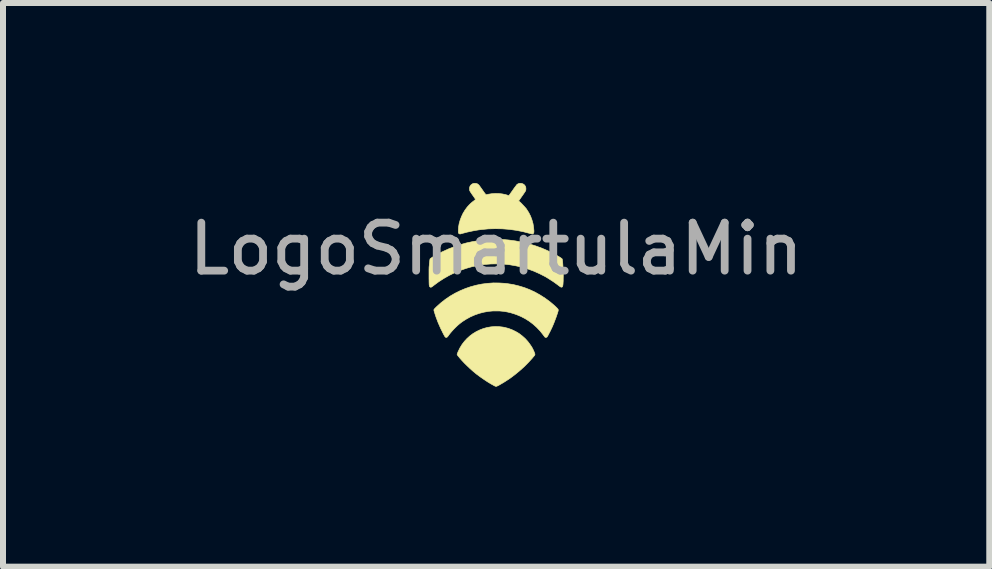
<source format=kicad_pcb>
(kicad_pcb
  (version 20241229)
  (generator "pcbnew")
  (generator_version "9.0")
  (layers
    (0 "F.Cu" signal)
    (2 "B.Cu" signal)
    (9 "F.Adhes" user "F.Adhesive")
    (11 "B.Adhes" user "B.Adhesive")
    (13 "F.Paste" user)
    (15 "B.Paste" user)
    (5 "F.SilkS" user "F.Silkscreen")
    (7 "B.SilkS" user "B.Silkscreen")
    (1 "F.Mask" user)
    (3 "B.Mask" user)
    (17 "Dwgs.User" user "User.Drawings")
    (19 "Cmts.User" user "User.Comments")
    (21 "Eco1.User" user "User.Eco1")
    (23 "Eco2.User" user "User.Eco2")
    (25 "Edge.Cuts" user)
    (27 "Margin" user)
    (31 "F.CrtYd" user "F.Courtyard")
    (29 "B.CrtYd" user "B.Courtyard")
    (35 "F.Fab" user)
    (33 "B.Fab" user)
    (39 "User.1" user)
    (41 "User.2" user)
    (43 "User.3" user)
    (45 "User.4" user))
  (footprint "LogoSmartulaMin"
    (layer "F.Cu")
    (at 5.22 1.698)
    (property "Reference" "LogoSmartulaMin" (at 0 -0.6 0) (layer "F.Fab") (effects (font (size 0.8 0.8) (thickness 0.13))))
    (attr through_hole)
    (fp_poly (pts (xy 0.045 0.696) (xy 0.112 0.704) (xy 0.14 0.709) (xy 0.205 0.726) (xy 0.268 0.75) (xy 0.328 0.779) (xy 0.385 0.813) (xy 0.438 0.854) (xy 0.488 0.899) (xy 0.533 0.95) (xy 0.574 1.006) (xy 0.595 1.038) (xy 0.605 1.056) (xy 0.615 1.076) (xy 0.625 1.097) (xy 0.633 1.116) (xy 0.64 1.134) (xy 0.645 1.148) (xy 0.647 1.158) (xy 0.647 1.158) (xy 0.646 1.163) (xy 0.645 1.168) (xy 0.641 1.175) (xy 0.635 1.183) (xy 0.626 1.194) (xy 0.613 1.209) (xy 0.602 1.223) (xy 0.538 1.293) (xy 0.469 1.363) (xy 0.395 1.429) (xy 0.319 1.492) (xy 0.241 1.551) (xy 0.202 1.578) (xy 0.175 1.595) (xy 0.149 1.612) (xy 0.122 1.629) (xy 0.096 1.644) (xy 0.072 1.658) (xy 0.05 1.671) (xy 0.031 1.681) (xy 0.015 1.688) (xy 0.004 1.692) (xy -0.000398 1.693) (xy -0.008 1.692) (xy -0.018 1.688) (xy -0.029 1.683) (xy -0.085 1.652) (xy -0.143 1.617) (xy -0.202 1.578) (xy -0.261 1.537) (xy -0.318 1.495) (xy -0.347 1.472) (xy -0.391 1.435) (xy -0.438 1.393) (xy -0.484 1.349) (xy -0.53 1.304) (xy -0.572 1.259) (xy -0.604 1.223) (xy -0.62 1.203) (xy -0.633 1.188) (xy -0.641 1.177) (xy -0.647 1.168) (xy -0.65 1.162) (xy -0.65 1.157) (xy -0.649 1.152) (xy -0.645 1.142) (xy -0.64 1.129) (xy -0.634 1.113) (xy -0.632 1.11) (xy -0.603 1.05) (xy -0.568 0.993) (xy -0.528 0.941) (xy -0.484 0.893) (xy -0.436 0.85) (xy -0.385 0.812) (xy -0.33 0.779) (xy -0.272 0.751) (xy -0.212 0.728) (xy -0.15 0.711) (xy -0.086 0.7) (xy -0.021 0.695) (xy 0.045 0.696)) (stroke (width 0.01) (type solid)) (fill yes) (layer "F.SilkS"))
    (fp_poly (pts (xy 0.05 -0.031) (xy 0.148 -0.025) (xy 0.188 -0.02) (xy 0.284 -0.005) (xy 0.378 0.018) (xy 0.471 0.046) (xy 0.561 0.081) (xy 0.649 0.122) (xy 0.734 0.17) (xy 0.817 0.223) (xy 0.896 0.281) (xy 0.953 0.329) (xy 0.979 0.352) (xy 0.999 0.371) (xy 1.014 0.386) (xy 1.025 0.398) (xy 1.032 0.408) (xy 1.036 0.416) (xy 1.036 0.419) (xy 1.035 0.427) (xy 1.032 0.442) (xy 1.026 0.461) (xy 1.019 0.483) (xy 1.01 0.509) (xy 1.001 0.536) (xy 0.99 0.565) (xy 0.979 0.594) (xy 0.968 0.623) (xy 0.957 0.651) (xy 0.949 0.669) (xy 0.94 0.691) (xy 0.929 0.715) (xy 0.917 0.74) (xy 0.905 0.765) (xy 0.893 0.789) (xy 0.881 0.811) (xy 0.871 0.831) (xy 0.862 0.848) (xy 0.855 0.86) (xy 0.85 0.867) (xy 0.85 0.868) (xy 0.839 0.875) (xy 0.827 0.877) (xy 0.817 0.874) (xy 0.815 0.873) (xy 0.811 0.869) (xy 0.804 0.86) (xy 0.795 0.848) (xy 0.785 0.835) (xy 0.784 0.833) (xy 0.733 0.769) (xy 0.677 0.71) (xy 0.617 0.656) (xy 0.554 0.608) (xy 0.486 0.565) (xy 0.415 0.528) (xy 0.341 0.497) (xy 0.306 0.485) (xy 0.245 0.466) (xy 0.185 0.452) (xy 0.126 0.442) (xy 0.064 0.436) (xy 0.029 0.435) (xy -0.05 0.435) (xy -0.128 0.442) (xy -0.206 0.456) (xy -0.283 0.476) (xy -0.357 0.502) (xy -0.43 0.534) (xy -0.499 0.572) (xy -0.566 0.615) (xy -0.606 0.646) (xy -0.638 0.673) (xy -0.671 0.704) (xy -0.704 0.737) (xy -0.736 0.772) (xy -0.765 0.806) (xy -0.79 0.838) (xy -0.791 0.841) (xy -0.8 0.853) (xy -0.809 0.863) (xy -0.815 0.87) (xy -0.817 0.872) (xy -0.829 0.877) (xy -0.841 0.875) (xy -0.851 0.867) (xy -0.852 0.866) (xy -0.856 0.859) (xy -0.863 0.847) (xy -0.872 0.831) (xy -0.883 0.81) (xy -0.894 0.788) (xy -0.906 0.763) (xy -0.919 0.738) (xy -0.931 0.712) (xy -0.942 0.687) (xy -0.952 0.664) (xy -0.961 0.644) (xy -0.964 0.638) (xy -0.972 0.617) (xy -0.981 0.594) (xy -0.99 0.569) (xy -1 0.543) (xy -1.009 0.517) (xy -1.017 0.492) (xy -1.024 0.47) (xy -1.03 0.45) (xy -1.035 0.435) (xy -1.037 0.424) (xy -1.037 0.421) (xy -1.037 0.416) (xy -1.036 0.412) (xy -1.033 0.407) (xy -1.027 0.4) (xy -1.019 0.391) (xy -1.007 0.379) (xy -0.994 0.366) (xy -0.923 0.302) (xy -0.848 0.243) (xy -0.769 0.189) (xy -0.687 0.141) (xy -0.602 0.099) (xy -0.514 0.062) (xy -0.424 0.031) (xy -0.332 0.006) (xy -0.238 -0.013) (xy -0.143 -0.025) (xy -0.047 -0.032) (xy 0.05 -0.031)) (stroke (width 0.01) (type solid)) (fill yes) (layer "F.SilkS"))
    (fp_poly (pts (xy 0.021 -0.757) (xy 0.049 -0.756) (xy 0.076 -0.756) (xy 0.099 -0.756) (xy 0.119 -0.755) (xy 0.135 -0.754) (xy 0.142 -0.754) (xy 0.151 -0.753) (xy 0.165 -0.751) (xy 0.182 -0.75) (xy 0.202 -0.748) (xy 0.212 -0.747) (xy 0.323 -0.732) (xy 0.434 -0.711) (xy 0.545 -0.684) (xy 0.653 -0.651) (xy 0.76 -0.612) (xy 0.839 -0.578) (xy 0.866 -0.566) (xy 0.894 -0.552) (xy 0.922 -0.538) (xy 0.951 -0.523) (xy 0.979 -0.508) (xy 1.006 -0.493) (xy 1.031 -0.479) (xy 1.053 -0.466) (xy 1.072 -0.454) (xy 1.086 -0.444) (xy 1.096 -0.437) (xy 1.1 -0.432) (xy 1.103 -0.423) (xy 1.105 -0.408) (xy 1.108 -0.388) (xy 1.11 -0.364) (xy 1.112 -0.336) (xy 1.114 -0.306) (xy 1.116 -0.274) (xy 1.117 -0.24) (xy 1.118 -0.207) (xy 1.119 -0.175) (xy 1.119 -0.143) (xy 1.119 -0.14) (xy 1.118 -0.099) (xy 1.118 -0.065) (xy 1.116 -0.037) (xy 1.115 -0.014) (xy 1.113 0.004) (xy 1.11 0.017) (xy 1.108 0.026) (xy 1.104 0.032) (xy 1.104 0.033) (xy 1.097 0.037) (xy 1.09 0.039) (xy 1.082 0.038) (xy 1.071 0.033) (xy 1.058 0.024) (xy 1.04 0.011) (xy 1.033 0.005) (xy 1.007 -0.014) (xy 0.977 -0.036) (xy 0.944 -0.059) (xy 0.909 -0.081) (xy 0.875 -0.103) (xy 0.843 -0.123) (xy 0.819 -0.137) (xy 0.725 -0.185) (xy 0.629 -0.228) (xy 0.531 -0.264) (xy 0.431 -0.294) (xy 0.329 -0.317) (xy 0.225 -0.335) (xy 0.121 -0.346) (xy 0.017 -0.35) (xy -0.088 -0.348) (xy -0.193 -0.34) (xy -0.297 -0.324) (xy -0.305 -0.323) (xy -0.404 -0.302) (xy -0.502 -0.274) (xy -0.598 -0.24) (xy -0.693 -0.201) (xy -0.785 -0.156) (xy -0.873 -0.106) (xy -0.958 -0.051) (xy -1.03 0.002) (xy -1.048 0.016) (xy -1.062 0.027) (xy -1.073 0.034) (xy -1.08 0.038) (xy -1.086 0.04) (xy -1.092 0.04) (xy -1.097 0.038) (xy -1.101 0.035) (xy -1.107 0.032) (xy -1.11 0.027) (xy -1.113 0.019) (xy -1.115 0.007) (xy -1.116 -0.002) (xy -1.117 -0.012) (xy -1.117 -0.028) (xy -1.118 -0.048) (xy -1.118 -0.072) (xy -1.119 -0.099) (xy -1.119 -0.128) (xy -1.119 -0.158) (xy -1.119 -0.187) (xy -1.119 -0.214) (xy -1.119 -0.24) (xy -1.119 -0.262) (xy -1.118 -0.28) (xy -1.118 -0.292) (xy -1.118 -0.295) (xy -1.116 -0.313) (xy -1.114 -0.331) (xy -1.113 -0.348) (xy -1.113 -0.352) (xy -1.11 -0.376) (xy -1.108 -0.398) (xy -1.105 -0.415) (xy -1.103 -0.428) (xy -1.101 -0.433) (xy -1.096 -0.438) (xy -1.086 -0.445) (xy -1.072 -0.455) (xy -1.054 -0.466) (xy -1.033 -0.478) (xy -1.01 -0.492) (xy -0.985 -0.506) (xy -0.96 -0.519) (xy -0.935 -0.532) (xy -0.911 -0.545) (xy -0.891 -0.554) (xy -0.793 -0.599) (xy -0.694 -0.637) (xy -0.596 -0.67) (xy -0.497 -0.698) (xy -0.396 -0.72) (xy -0.292 -0.737) (xy -0.184 -0.75) (xy -0.115 -0.755) (xy -0.102 -0.756) (xy -0.083 -0.756) (xy -0.06 -0.757) (xy -0.034 -0.757) (xy -0.007 -0.757) (xy 0.021 -0.757)) (stroke (width 0.01) (type solid)) (fill yes) (layer "F.SilkS"))
    (fp_poly (pts (xy 0.418 -1.692) (xy 0.442 -1.685) (xy 0.447 -1.683) (xy 0.463 -1.673) (xy 0.476 -1.661) (xy 0.487 -1.644) (xy 0.49 -1.639) (xy 0.494 -1.626) (xy 0.496 -1.61) (xy 0.496 -1.592) (xy 0.494 -1.576) (xy 0.49 -1.565) (xy 0.486 -1.559) (xy 0.479 -1.549) (xy 0.47 -1.535) (xy 0.458 -1.517) (xy 0.445 -1.498) (xy 0.43 -1.477) (xy 0.429 -1.476) (xy 0.375 -1.398) (xy 0.388 -1.388) (xy 0.401 -1.377) (xy 0.416 -1.363) (xy 0.433 -1.345) (xy 0.451 -1.326) (xy 0.469 -1.307) (xy 0.485 -1.289) (xy 0.499 -1.273) (xy 0.507 -1.262) (xy 0.544 -1.204) (xy 0.574 -1.145) (xy 0.597 -1.083) (xy 0.615 -1.019) (xy 0.625 -0.953) (xy 0.629 -0.913) (xy 0.63 -0.892) (xy 0.629 -0.877) (xy 0.627 -0.867) (xy 0.624 -0.86) (xy 0.618 -0.855) (xy 0.611 -0.851) (xy 0.606 -0.849) (xy 0.6 -0.849) (xy 0.594 -0.849) (xy 0.584 -0.851) (xy 0.571 -0.854) (xy 0.557 -0.858) (xy 0.446 -0.887) (xy 0.333 -0.909) (xy 0.218 -0.925) (xy 0.103 -0.934) (xy -0.013 -0.936) (xy -0.129 -0.933) (xy -0.244 -0.922) (xy -0.291 -0.916) (xy -0.335 -0.909) (xy -0.384 -0.9) (xy -0.435 -0.889) (xy -0.486 -0.878) (xy -0.534 -0.865) (xy -0.577 -0.854) (xy -0.59 -0.85) (xy -0.598 -0.848) (xy -0.603 -0.847) (xy -0.606 -0.848) (xy -0.611 -0.85) (xy -0.611 -0.85) (xy -0.62 -0.854) (xy -0.625 -0.86) (xy -0.629 -0.87) (xy -0.63 -0.883) (xy -0.63 -0.9) (xy -0.627 -0.959) (xy -0.617 -1.019) (xy -0.6 -1.079) (xy -0.578 -1.137) (xy -0.551 -1.194) (xy -0.518 -1.248) (xy -0.48 -1.299) (xy -0.476 -1.303) (xy -0.452 -1.33) (xy -0.427 -1.355) (xy -0.399 -1.379) (xy -0.373 -1.399) (xy -0.359 -1.41) (xy -0.35 -1.419) (xy -0.345 -1.425) (xy -0.344 -1.427) (xy -0.347 -1.431) (xy -0.353 -1.439) (xy -0.361 -1.452) (xy -0.372 -1.467) (xy -0.384 -1.485) (xy -0.392 -1.495) (xy -0.405 -1.514) (xy -0.417 -1.532) (xy -0.427 -1.547) (xy -0.435 -1.56) (xy -0.439 -1.568) (xy -0.44 -1.57) (xy -0.443 -1.579) (xy -0.444 -1.591) (xy -0.445 -1.602) (xy -0.442 -1.627) (xy -0.433 -1.649) (xy -0.418 -1.667) (xy -0.398 -1.682) (xy -0.395 -1.684) (xy -0.378 -1.69) (xy -0.359 -1.692) (xy -0.338 -1.691) (xy -0.32 -1.687) (xy -0.312 -1.683) (xy -0.306 -1.679) (xy -0.3 -1.675) (xy -0.295 -1.671) (xy -0.29 -1.666) (xy -0.283 -1.658) (xy -0.275 -1.648) (xy -0.266 -1.635) (xy -0.254 -1.618) (xy -0.238 -1.596) (xy -0.227 -1.58) (xy -0.213 -1.56) (xy -0.2 -1.541) (xy -0.188 -1.526) (xy -0.179 -1.514) (xy -0.173 -1.505) (xy -0.17 -1.502) (xy -0.17 -1.502) (xy -0.166 -1.503) (xy -0.157 -1.505) (xy -0.144 -1.507) (xy -0.132 -1.51) (xy -0.074 -1.519) (xy -0.016 -1.523) (xy 0.043 -1.522) (xy 0.1 -1.516) (xy 0.154 -1.505) (xy 0.191 -1.494) (xy 0.212 -1.486) (xy 0.217 -1.493) (xy 0.221 -1.498) (xy 0.227 -1.507) (xy 0.237 -1.52) (xy 0.248 -1.537) (xy 0.262 -1.556) (xy 0.277 -1.577) (xy 0.281 -1.583) (xy 0.296 -1.605) (xy 0.31 -1.624) (xy 0.324 -1.642) (xy 0.335 -1.657) (xy 0.343 -1.668) (xy 0.349 -1.674) (xy 0.35 -1.675) (xy 0.371 -1.687) (xy 0.394 -1.693) (xy 0.418 -1.692)) (stroke (width 0.01) (type solid)) (fill yes) (layer "F.SilkS")))
  (gr_rect
    (start -3 -3)
    (end 13.44 6.396)
    (stroke (width 0.1) (type default))
    (fill no)
    (layer "Edge.Cuts")))
</source>
